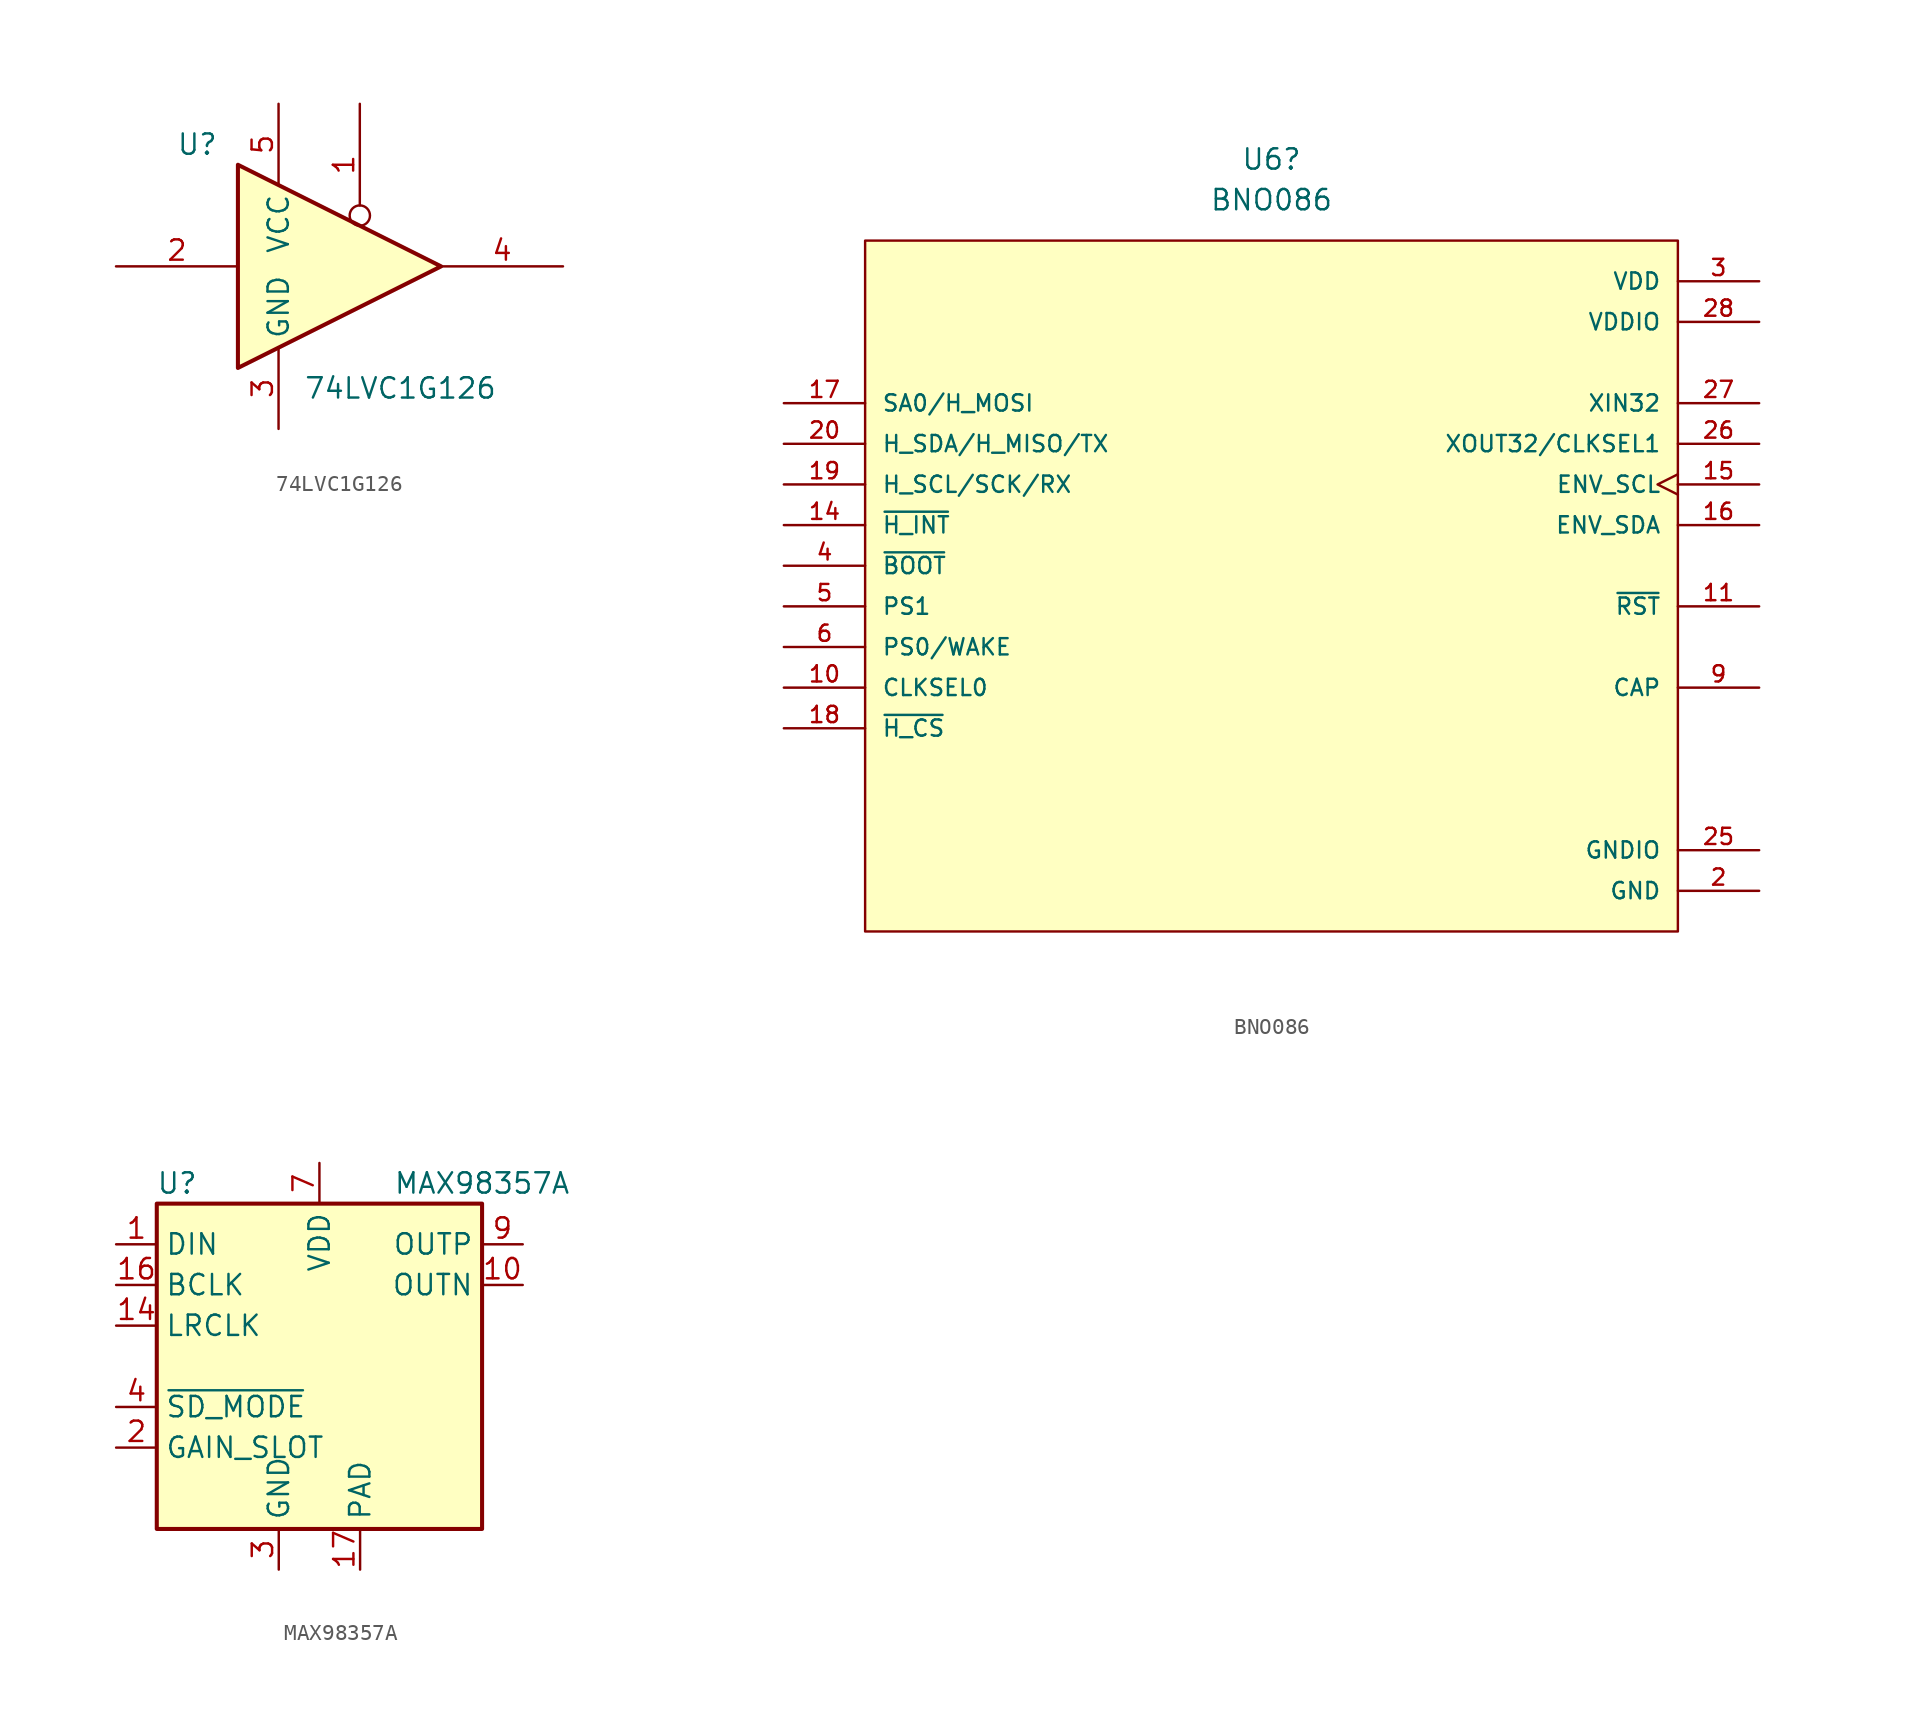
<source format=kicad_sym>
(kicad_symbol_lib
  (version 20241209)
  (generator "kicad_symbol_editor")
  (generator_version "9.0")
  (symbol "74LVC1G126"
    (property "Reference" "U"
      (at -10.16 7.62 0)
      (effects (font (size 1.27 1.27))))
    (property "Value" "74LVC1G126"
      (at 2.54 -7.62 0)
      (effects (font (size 1.27 1.27))))
    (symbol "74LVC1G126_0_1"
      (polyline (pts (xy -7.62 6.35) (xy -7.62 -6.35) (xy 5.08 0) (xy -7.62 6.35)) (stroke (width 0.254) (type default)) (fill (type background))))
    (symbol "74LVC1G126_1_1"
      (pin input line (at -15.24 0 0) (length 7.62) (name "~" (effects (font (size 1.27 1.27)))) (number "2" (effects (font (size 1.27 1.27)))))
      (pin power_in line (at -5.08 10.16 270) (length 5.08) (name "VCC" (effects (font (size 1.27 1.27)))) (number "5" (effects (font (size 1.27 1.27)))))
      (pin power_in line (at -5.08 -10.16 90) (length 5.08) (name "GND" (effects (font (size 1.27 1.27)))) (number "3" (effects (font (size 1.27 1.27)))))
      (pin input inverted (at 0 10.16 270) (length 7.62) (name "~" (effects (font (size 1.27 1.27)))) (number "1" (effects (font (size 1.27 1.27)))))
      (pin tri_state line (at 12.7 0 180) (length 7.62) (name "~" (effects (font (size 1.27 1.27)))) (number "4" (effects (font (size 1.27 1.27)))))))
  (symbol "BNO086"
    (pin_names
      (offset 1.016))
    (property "Reference" "U6"
      (at 0 25.4 0)
      (effects (font (size 1.27 1.27))))
    (property "Value" "BNO086"
      (at 0 22.86 0)
      (effects (font (size 1.27 1.27))))
    (symbol "BNO086_0_0"
      (rectangle (start -25.4 20.32) (end 25.4 -22.86) (stroke (width 0.152) (type default)) (fill (type background)))
      (pin input line (at -30.48 10.16 0) (length 5.08) (name "SA0/H_MOSI" (effects (font (size 1.016 1.016)))) (number "17" (effects (font (size 1.016 1.016)))))
      (pin bidirectional line (at -30.48 7.62 0) (length 5.08) (name "H_SDA/H_MISO/TX" (effects (font (size 1.016 1.016)))) (number "20" (effects (font (size 1.016 1.016)))))
      (pin bidirectional line (at -30.48 5.08 0) (length 5.08) (name "H_SCL/SCK/RX" (effects (font (size 1.016 1.016)))) (number "19" (effects (font (size 1.016 1.016)))))
      (pin output line (at -30.48 2.54 0) (length 5.08) (name "~{H_INT}" (effects (font (size 1.016 1.016)))) (number "14" (effects (font (size 1.016 1.016)))))
      (pin input line (at -30.48 0 0) (length 5.08) (name "~{BOOT}" (effects (font (size 1.016 1.016)))) (number "4" (effects (font (size 1.016 1.016)))))
      (pin input line (at -30.48 -2.54 0) (length 5.08) (name "PS1" (effects (font (size 1.016 1.016)))) (number "5" (effects (font (size 1.016 1.016)))))
      (pin input line (at -30.48 -5.08 0) (length 5.08) (name "PS0/WAKE" (effects (font (size 1.016 1.016)))) (number "6" (effects (font (size 1.016 1.016)))))
      (pin input line (at -30.48 -7.62 0) (length 5.08) (name "CLKSEL0" (effects (font (size 1.016 1.016)))) (number "10" (effects (font (size 1.016 1.016)))))
      (pin input line (at -30.48 -10.16 0) (length 5.08) (name "~{H_CS}" (effects (font (size 1.016 1.016)))) (number "18" (effects (font (size 1.016 1.016)))))
      (pin no_connect line (at -30.48 -12.7 0) (length 5.08) (hide yes) (name "RESV_NC" (effects (font (size 1.016 1.016)))) (number "12" (effects (font (size 1.016 1.016)))))
      (pin no_connect line (at -30.48 -13.97 0) (length 5.08) (hide yes) (name "RESV_NC" (effects (font (size 1.016 1.016)))) (number "7" (effects (font (size 1.016 1.016)))))
      (pin no_connect line (at -30.48 -15.24 0) (length 5.08) (hide yes) (name "RESV_NC" (effects (font (size 1.016 1.016)))) (number "8" (effects (font (size 1.016 1.016)))))
      (pin no_connect line (at -30.48 -16.51 0) (length 5.08) (hide yes) (name "RESV_NC" (effects (font (size 1.016 1.016)))) (number "24" (effects (font (size 1.016 1.016)))))
      (pin no_connect line (at -30.48 -17.78 0) (length 5.08) (hide yes) (name "RESV_NC" (effects (font (size 1.016 1.016)))) (number "23" (effects (font (size 1.016 1.016)))))
      (pin no_connect line (at -30.48 -19.05 0) (length 5.08) (hide yes) (name "RESV_NC" (effects (font (size 1.016 1.016)))) (number "22" (effects (font (size 1.016 1.016)))))
      (pin no_connect line (at -30.48 -20.32 0) (length 5.08) (hide yes) (name "RESV_NC" (effects (font (size 1.016 1.016)))) (number "21" (effects (font (size 1.016 1.016)))))
      (pin no_connect line (at -30.48 -21.59 0) (length 5.08) (hide yes) (name "RESV_NC" (effects (font (size 1.016 1.016)))) (number "13" (effects (font (size 1.016 1.016)))))
      (pin power_in line (at 30.48 17.78 180) (length 5.08) (name "VDD" (effects (font (size 1.016 1.016)))) (number "3" (effects (font (size 1.016 1.016)))))
      (pin power_in line (at 30.48 15.24 180) (length 5.08) (name "VDDIO" (effects (font (size 1.016 1.016)))) (number "28" (effects (font (size 1.016 1.016)))))
      (pin input line (at 30.48 10.16 180) (length 5.08) (name "XIN32" (effects (font (size 1.016 1.016)))) (number "27" (effects (font (size 1.016 1.016)))))
      (pin passive line (at 30.48 7.62 180) (length 5.08) (name "XOUT32/CLKSEL1" (effects (font (size 1.016 1.016)))) (number "26" (effects (font (size 1.016 1.016)))))
      (pin bidirectional clock (at 30.48 5.08 180) (length 5.08) (name "ENV_SCL" (effects (font (size 1.016 1.016)))) (number "15" (effects (font (size 1.016 1.016)))))
      (pin bidirectional line (at 30.48 2.54 180) (length 5.08) (name "ENV_SDA" (effects (font (size 1.016 1.016)))) (number "16" (effects (font (size 1.016 1.016)))))
      (pin input line (at 30.48 -2.54 180) (length 5.08) (name "~{RST}" (effects (font (size 1.016 1.016)))) (number "11" (effects (font (size 1.016 1.016)))))
      (pin passive line (at 30.48 -7.62 180) (length 5.08) (name "CAP" (effects (font (size 1.016 1.016)))) (number "9" (effects (font (size 1.016 1.016)))))
      (pin power_in line (at 30.48 -17.78 180) (length 5.08) (name "GNDIO" (effects (font (size 1.016 1.016)))) (number "25" (effects (font (size 1.016 1.016)))))
      (pin power_in line (at 30.48 -20.32 180) (length 5.08) (name "GND" (effects (font (size 1.016 1.016)))) (number "2" (effects (font (size 1.016 1.016))))))
    (symbol "BNO086_1_0"
      (pin no_connect line (at -30.48 -22.86 0) (length 5.08) (hide yes) (name "RESV_NC" (effects (font (size 1.016 1.016)))) (number "1" (effects (font (size 1.016 1.016)))))))
  (symbol "MAX98357A"
    (property "Reference" "U"
      (at -8.89 11.43 0)
      (effects (font (size 1.27 1.27))))
    (property "Value" "MAX98357A"
      (at 10.16 11.43 0)
      (effects (font (size 1.27 1.27))))
    (symbol "MAX98357A_1_1"
      (rectangle (start -10.16 10.16) (end 10.16 -10.16) (stroke (width 0.254) (type default)) (fill (type background)))
      (pin input line (at -12.7 7.62 0) (length 2.54) (name "DIN" (effects (font (size 1.27 1.27)))) (number "1" (effects (font (size 1.27 1.27)))))
      (pin input line (at -12.7 5.08 0) (length 2.54) (name "BCLK" (effects (font (size 1.27 1.27)))) (number "16" (effects (font (size 1.27 1.27)))))
      (pin input line (at -12.7 2.54 0) (length 2.54) (name "LRCLK" (effects (font (size 1.27 1.27)))) (number "14" (effects (font (size 1.27 1.27)))))
      (pin input line (at -12.7 -2.54 0) (length 2.54) (name "~{SD_MODE}" (effects (font (size 1.27 1.27)))) (number "4" (effects (font (size 1.27 1.27)))))
      (pin passive line (at -12.7 -5.08 0) (length 2.54) (name "GAIN_SLOT" (effects (font (size 1.27 1.27)))) (number "2" (effects (font (size 1.27 1.27)))))
      (pin passive line (at -2.54 -12.7 90) (length 2.54) (hide yes) (name "GND" (effects (font (size 1.27 1.27)))) (number "11" (effects (font (size 1.27 1.27)))))
      (pin passive line (at -2.54 -12.7 90) (length 2.54) (hide yes) (name "GND" (effects (font (size 1.27 1.27)))) (number "15" (effects (font (size 1.27 1.27)))))
      (pin power_in line (at -2.54 -12.7 90) (length 2.54) (name "GND" (effects (font (size 1.27 1.27)))) (number "3" (effects (font (size 1.27 1.27)))))
      (pin power_in line (at 0 12.7 270) (length 2.54) (name "VDD" (effects (font (size 1.27 1.27)))) (number "7" (effects (font (size 1.27 1.27)))))
      (pin passive line (at 0 12.7 270) (length 2.54) (hide yes) (name "VDD" (effects (font (size 1.27 1.27)))) (number "8" (effects (font (size 1.27 1.27)))))
      (pin passive line (at 2.54 -12.7 90) (length 2.54) (name "PAD" (effects (font (size 1.27 1.27)))) (number "17" (effects (font (size 1.27 1.27)))))
      (pin no_connect line (at 10.16 2.54 180) (length 2.54) (hide yes) (name "NC" (effects (font (size 1.27 1.27)))) (number "5" (effects (font (size 1.27 1.27)))))
      (pin no_connect line (at 10.16 0 180) (length 2.54) (hide yes) (name "NC" (effects (font (size 1.27 1.27)))) (number "6" (effects (font (size 1.27 1.27)))))
      (pin no_connect line (at 10.16 -5.08 180) (length 2.54) (hide yes) (name "NC" (effects (font (size 1.27 1.27)))) (number "12" (effects (font (size 1.27 1.27)))))
      (pin no_connect line (at 10.16 -7.62 180) (length 2.54) (hide yes) (name "NC" (effects (font (size 1.27 1.27)))) (number "13" (effects (font (size 1.27 1.27)))))
      (pin output line (at 12.7 7.62 180) (length 2.54) (name "OUTP" (effects (font (size 1.27 1.27)))) (number "9" (effects (font (size 1.27 1.27)))))
      (pin output line (at 12.7 5.08 180) (length 2.54) (name "OUTN" (effects (font (size 1.27 1.27)))) (number "10" (effects (font (size 1.27 1.27))))))))
</source>
